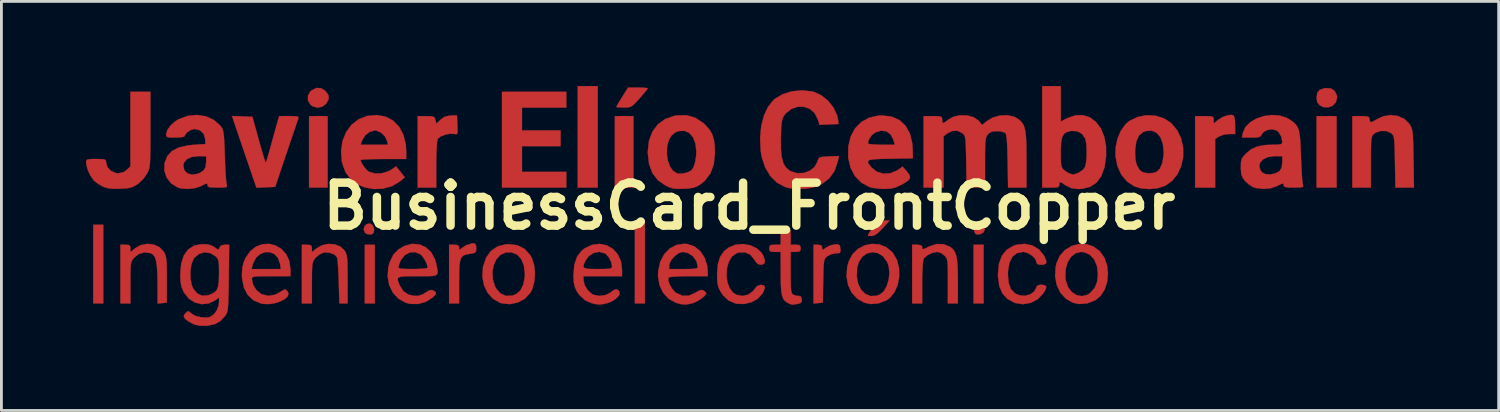
<source format=kicad_pcb>
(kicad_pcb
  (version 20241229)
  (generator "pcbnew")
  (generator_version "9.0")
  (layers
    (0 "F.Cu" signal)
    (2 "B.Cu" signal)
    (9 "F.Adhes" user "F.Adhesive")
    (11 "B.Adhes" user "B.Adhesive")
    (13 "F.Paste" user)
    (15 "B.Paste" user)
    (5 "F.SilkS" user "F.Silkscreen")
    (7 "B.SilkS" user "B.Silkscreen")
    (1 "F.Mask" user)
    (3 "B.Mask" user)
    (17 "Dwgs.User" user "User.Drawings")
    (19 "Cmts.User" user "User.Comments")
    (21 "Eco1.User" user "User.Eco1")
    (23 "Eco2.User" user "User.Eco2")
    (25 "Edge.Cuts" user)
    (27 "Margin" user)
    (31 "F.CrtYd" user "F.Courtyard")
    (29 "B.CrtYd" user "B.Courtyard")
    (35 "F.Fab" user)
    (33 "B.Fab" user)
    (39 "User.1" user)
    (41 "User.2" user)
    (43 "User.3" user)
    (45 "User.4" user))
  (footprint "BusinessCard_FrontCopper"
    (layer "F.Cu")
    (at 23.529 4.264)
    (property "Reference" "BusinessCard_FrontCopper" (at 0 0 0) (layer "F.SilkS") (effects (font (size 1.524 1.524) (thickness 0.3))))
    (attr through_hole)
    (fp_poly (pts (xy -22.916 3.448) (xy -23.271 3.448) (xy -23.271 0.659) (xy -22.916 0.659) (xy -22.916 3.448)) (stroke (width 0.01) (type solid)) (fill yes) (layer "F.Cu"))
    (fp_poly (pts (xy -14.956 -0.659) (xy -15.615 -0.659) (xy -15.615 -3.194) (xy -14.956 -3.194) (xy -14.956 -0.659)) (stroke (width 0.01) (type solid)) (fill yes) (layer "F.Cu"))
    (fp_poly (pts (xy -13.283 3.448) (xy -13.638 3.448) (xy -13.638 1.369) (xy -13.283 1.369) (xy -13.283 3.448)) (stroke (width 0.01) (type solid)) (fill yes) (layer "F.Cu"))
    (fp_poly (pts (xy -5.374 -0.659) (xy -6.084 -0.659) (xy -6.084 -4.259) (xy -5.374 -4.259) (xy -5.374 -0.659)) (stroke (width 0.01) (type solid)) (fill yes) (layer "F.Cu"))
    (fp_poly (pts (xy -4.107 -0.659) (xy -4.766 -0.659) (xy -4.766 -3.194) (xy -4.107 -3.194) (xy -4.107 -0.659)) (stroke (width 0.01) (type solid)) (fill yes) (layer "F.Cu"))
    (fp_poly (pts (xy -3.701 3.448) (xy -4.056 3.448) (xy -4.056 0.507) (xy -3.701 0.507) (xy -3.701 3.448)) (stroke (width 0.01) (type solid)) (fill yes) (layer "F.Cu"))
    (fp_poly (pts (xy 8.315 3.448) (xy 7.96 3.448) (xy 7.96 1.369) (xy 8.315 1.369) (xy 8.315 3.448)) (stroke (width 0.01) (type solid)) (fill yes) (layer "F.Cu"))
    (fp_poly (pts (xy 20.837 -0.659) (xy 20.127 -0.659) (xy 20.127 -3.194) (xy 20.837 -3.194) (xy 20.837 -0.659)) (stroke (width 0.01) (type solid)) (fill yes) (layer "F.Cu"))
    (fp_poly (pts (xy -13.364 0.67) (xy -13.312 0.793) (xy -13.308 0.842) (xy -13.326 0.952) (xy -13.397 0.997) (xy -13.439 1.004) (xy -13.562 0.988) (xy -13.634 0.943) (xy -13.681 0.819) (xy -13.638 0.697) (xy -13.575 0.639) (xy -13.459 0.613) (xy -13.364 0.67)) (stroke (width 0.01) (type solid)) (fill yes) (layer "F.Cu"))
    (fp_poly (pts (xy -6.489 -3.498) (xy -8.061 -3.498) (xy -8.061 -2.687) (xy -6.692 -2.687) (xy -6.692 -2.129) (xy -8.061 -2.129) (xy -8.061 -1.217) (xy -6.489 -1.217) (xy -6.489 -0.659) (xy -8.771 -0.659) (xy -8.771 -4.056) (xy -6.489 -4.056) (xy -6.489 -3.498)) (stroke (width 0.01) (type solid)) (fill yes) (layer "F.Cu"))
    (fp_poly (pts (xy 8.264 0.648) (xy 8.334 0.722) (xy 8.359 0.839) (xy 8.3 0.94) (xy 8.174 1) (xy 8.146 1.004) (xy 8.041 0.996) (xy 7.989 0.917) (xy 7.981 0.89) (xy 7.983 0.75) (xy 8.05 0.654) (xy 8.153 0.616) (xy 8.264 0.648)) (stroke (width 0.01) (type solid)) (fill yes) (layer "F.Cu"))
    (fp_poly (pts (xy 4.735 0.78) (xy 4.571 0.945) (xy 4.442 1.034) (xy 4.347 1.059) (xy 4.246 1.055) (xy 4.208 1.039) (xy 4.234 0.986) (xy 4.3 0.875) (xy 4.373 0.761) (xy 4.471 0.619) (xy 4.548 0.544) (xy 4.637 0.514) (xy 4.761 0.508) (xy 4.984 0.507) (xy 4.735 0.78)) (stroke (width 0.01) (type solid)) (fill yes) (layer "F.Cu"))
    (fp_poly (pts (xy -15.183 -4.185) (xy -15.03 -4.084) (xy -14.927 -3.938) (xy -14.92 -3.793) (xy -15.01 -3.632) (xy -15.01 -3.632) (xy -15.152 -3.526) (xy -15.325 -3.496) (xy -15.494 -3.546) (xy -15.564 -3.6) (xy -15.654 -3.751) (xy -15.655 -3.918) (xy -15.57 -4.069) (xy -15.532 -4.103) (xy -15.354 -4.194) (xy -15.183 -4.185)) (stroke (width 0.01) (type solid)) (fill yes) (layer "F.Cu"))
    (fp_poly (pts (xy 20.629 -4.178) (xy 20.771 -4.088) (xy 20.846 -3.933) (xy 20.854 -3.853) (xy 20.811 -3.684) (xy 20.699 -3.564) (xy 20.543 -3.504) (xy 20.368 -3.515) (xy 20.24 -3.577) (xy 20.156 -3.674) (xy 20.128 -3.824) (xy 20.127 -3.85) (xy 20.152 -4.019) (xy 20.236 -4.124) (xy 20.398 -4.182) (xy 20.441 -4.19) (xy 20.629 -4.178)) (stroke (width 0.01) (type solid)) (fill yes) (layer "F.Cu"))
    (fp_poly (pts (xy -3.775 -4.204) (xy -3.65 -4.194) (xy -3.6 -4.18) (xy -3.6 -4.179) (xy -3.631 -4.131) (xy -3.715 -4.027) (xy -3.837 -3.886) (xy -3.891 -3.824) (xy -4.034 -3.667) (xy -4.135 -3.571) (xy -4.221 -3.521) (xy -4.316 -3.501) (xy -4.446 -3.498) (xy -4.449 -3.498) (xy -4.598 -3.502) (xy -4.694 -3.512) (xy -4.715 -3.521) (xy -4.69 -3.571) (xy -4.624 -3.685) (xy -4.529 -3.839) (xy -4.507 -3.876) (xy -4.298 -4.208) (xy -3.949 -4.208) (xy -3.775 -4.204)) (stroke (width 0.01) (type solid)) (fill yes) (layer "F.Cu"))
    (fp_poly (pts (xy 17.184 -3.221) (xy 17.212 -3.157) (xy 17.231 -3.022) (xy 17.238 -2.874) (xy 17.238 -2.56) (xy 17.02 -2.56) (xy 16.838 -2.538) (xy 16.682 -2.48) (xy 16.665 -2.47) (xy 16.528 -2.38) (xy 16.528 -0.659) (xy 15.818 -0.659) (xy 15.818 -3.194) (xy 16.148 -3.194) (xy 16.325 -3.192) (xy 16.423 -3.18) (xy 16.466 -3.148) (xy 16.477 -3.087) (xy 16.477 -3.063) (xy 16.477 -2.932) (xy 16.631 -3.061) (xy 16.776 -3.153) (xy 16.943 -3.217) (xy 17.094 -3.24) (xy 17.184 -3.221)) (stroke (width 0.01) (type solid)) (fill yes) (layer "F.Cu"))
    (fp_poly (pts (xy -9.713 1.34) (xy -9.686 1.424) (xy -9.683 1.489) (xy -9.691 1.599) (xy -9.734 1.653) (xy -9.84 1.68) (xy -9.89 1.687) (xy -10.032 1.711) (xy -10.136 1.749) (xy -10.208 1.816) (xy -10.253 1.925) (xy -10.279 2.091) (xy -10.289 2.33) (xy -10.292 2.654) (xy -10.292 2.67) (xy -10.292 3.448) (xy -10.647 3.448) (xy -10.647 1.369) (xy -10.469 1.369) (xy -10.347 1.38) (xy -10.298 1.424) (xy -10.292 1.474) (xy -10.285 1.546) (xy -10.248 1.533) (xy -10.208 1.495) (xy -10.044 1.385) (xy -9.846 1.323) (xy -9.782 1.318) (xy -9.713 1.34)) (stroke (width 0.01) (type solid)) (fill yes) (layer "F.Cu"))
    (fp_poly (pts (xy -10.353 -2.876) (xy -10.346 -2.694) (xy -10.352 -2.594) (xy -10.376 -2.554) (xy -10.425 -2.554) (xy -10.46 -2.563) (xy -10.609 -2.57) (xy -10.782 -2.537) (xy -10.939 -2.476) (xy -11.042 -2.399) (xy -11.051 -2.384) (xy -11.069 -2.301) (xy -11.085 -2.136) (xy -11.096 -1.907) (xy -11.102 -1.633) (xy -11.103 -1.474) (xy -11.103 -0.659) (xy -11.762 -0.659) (xy -11.762 -3.194) (xy -11.463 -3.194) (xy -11.295 -3.191) (xy -11.201 -3.173) (xy -11.155 -3.131) (xy -11.131 -3.06) (xy -11.098 -2.927) (xy -10.95 -3.069) (xy -10.803 -3.174) (xy -10.631 -3.213) (xy -10.585 -3.215) (xy -10.368 -3.219) (xy -10.353 -2.876)) (stroke (width 0.01) (type solid)) (fill yes) (layer "F.Cu"))
    (fp_poly (pts (xy 3.165 1.356) (xy 3.217 1.402) (xy 3.235 1.508) (xy 3.238 1.619) (xy 3.198 1.664) (xy 3.087 1.673) (xy 3.077 1.673) (xy 2.904 1.707) (xy 2.771 1.777) (xy 2.721 1.82) (xy 2.685 1.867) (xy 2.66 1.936) (xy 2.645 2.043) (xy 2.635 2.206) (xy 2.629 2.441) (xy 2.625 2.652) (xy 2.611 3.422) (xy 2.446 3.438) (xy 2.281 3.454) (xy 2.281 1.369) (xy 2.434 1.369) (xy 2.545 1.385) (xy 2.584 1.444) (xy 2.586 1.472) (xy 2.59 1.537) (xy 2.62 1.544) (xy 2.699 1.49) (xy 2.731 1.467) (xy 2.884 1.389) (xy 3.048 1.352) (xy 3.048 1.352) (xy 3.165 1.356)) (stroke (width 0.01) (type solid)) (fill yes) (layer "F.Cu"))
    (fp_poly (pts (xy -17.986 -3.184) (xy -17.624 -3.169) (xy -17.397 -2.345) (xy -17.321 -2.075) (xy -17.254 -1.845) (xy -17.199 -1.669) (xy -17.163 -1.564) (xy -17.15 -1.541) (xy -17.13 -1.594) (xy -17.089 -1.726) (xy -17.035 -1.914) (xy -16.979 -2.111) (xy -16.909 -2.366) (xy -16.84 -2.616) (xy -16.781 -2.825) (xy -16.752 -2.928) (xy -16.677 -3.194) (xy -16.318 -3.194) (xy -16.132 -3.192) (xy -16.028 -3.181) (xy -15.988 -3.156) (xy -15.993 -3.113) (xy -15.996 -3.105) (xy -16.022 -3.034) (xy -16.075 -2.881) (xy -16.15 -2.66) (xy -16.243 -2.387) (xy -16.348 -2.075) (xy -16.424 -1.85) (xy -16.815 -0.684) (xy -17.147 -0.67) (xy -17.48 -0.655) (xy -17.565 -0.898) (xy -17.607 -1.019) (xy -17.675 -1.218) (xy -17.763 -1.476) (xy -17.865 -1.774) (xy -17.974 -2.093) (xy -18 -2.17) (xy -18.349 -3.198) (xy -17.986 -3.184)) (stroke (width 0.01) (type solid)) (fill yes) (layer "F.Cu"))
    (fp_poly (pts (xy -21.126 1.361) (xy -20.921 1.454) (xy -20.769 1.613) (xy -20.764 1.622) (xy -20.725 1.7) (xy -20.696 1.786) (xy -20.678 1.9) (xy -20.667 2.061) (xy -20.662 2.285) (xy -20.66 2.591) (xy -20.66 2.611) (xy -20.66 3.422) (xy -20.824 3.438) (xy -20.989 3.454) (xy -20.99 2.779) (xy -20.995 2.413) (xy -21.012 2.135) (xy -21.043 1.933) (xy -21.091 1.795) (xy -21.16 1.709) (xy -21.233 1.667) (xy -21.446 1.637) (xy -21.655 1.696) (xy -21.823 1.831) (xy -21.874 1.895) (xy -21.909 1.96) (xy -21.932 2.044) (xy -21.945 2.166) (xy -21.951 2.345) (xy -21.952 2.599) (xy -21.952 2.716) (xy -21.952 3.448) (xy -22.307 3.448) (xy -22.307 1.369) (xy -22.13 1.369) (xy -22.01 1.378) (xy -21.961 1.421) (xy -21.952 1.5) (xy -21.952 1.631) (xy -21.802 1.505) (xy -21.592 1.383) (xy -21.358 1.337) (xy -21.126 1.361)) (stroke (width 0.01) (type solid)) (fill yes) (layer "F.Cu"))
    (fp_poly (pts (xy 6.903 1.348) (xy 7.129 1.444) (xy 7.225 1.523) (xy 7.296 1.624) (xy 7.346 1.765) (xy 7.378 1.958) (xy 7.395 2.22) (xy 7.402 2.564) (xy 7.402 2.66) (xy 7.402 3.448) (xy 7.047 3.448) (xy 7.047 2.659) (xy 7.047 2.36) (xy 7.043 2.145) (xy 7.035 1.997) (xy 7.019 1.898) (xy 6.993 1.832) (xy 6.955 1.78) (xy 6.923 1.747) (xy 6.799 1.66) (xy 6.671 1.622) (xy 6.667 1.622) (xy 6.495 1.655) (xy 6.326 1.737) (xy 6.204 1.846) (xy 6.187 1.873) (xy 6.168 1.958) (xy 6.152 2.123) (xy 6.141 2.349) (xy 6.135 2.614) (xy 6.135 2.709) (xy 6.135 3.448) (xy 5.78 3.448) (xy 5.78 1.369) (xy 5.957 1.369) (xy 6.081 1.381) (xy 6.13 1.427) (xy 6.135 1.463) (xy 6.142 1.514) (xy 6.178 1.524) (xy 6.264 1.49) (xy 6.375 1.434) (xy 6.646 1.343) (xy 6.903 1.348)) (stroke (width 0.01) (type solid)) (fill yes) (layer "F.Cu"))
    (fp_poly (pts (xy -14.702 1.354) (xy -14.501 1.434) (xy -14.352 1.576) (xy -14.346 1.587) (xy -14.309 1.658) (xy -14.282 1.741) (xy -14.264 1.855) (xy -14.253 2.015) (xy -14.248 2.24) (xy -14.247 2.547) (xy -14.246 2.598) (xy -14.246 3.448) (xy -14.54 3.448) (xy -14.562 2.674) (xy -14.572 2.399) (xy -14.585 2.155) (xy -14.6 1.964) (xy -14.615 1.843) (xy -14.622 1.817) (xy -14.713 1.721) (xy -14.864 1.657) (xy -15.036 1.638) (xy -15.103 1.647) (xy -15.24 1.709) (xy -15.371 1.816) (xy -15.386 1.833) (xy -15.436 1.897) (xy -15.471 1.962) (xy -15.493 2.046) (xy -15.506 2.17) (xy -15.512 2.35) (xy -15.514 2.607) (xy -15.514 2.716) (xy -15.514 3.448) (xy -15.869 3.448) (xy -15.869 1.369) (xy -15.691 1.369) (xy -15.571 1.378) (xy -15.522 1.421) (xy -15.514 1.5) (xy -15.514 1.631) (xy -15.365 1.506) (xy -15.161 1.388) (xy -14.932 1.338) (xy -14.702 1.354)) (stroke (width 0.01) (type solid)) (fill yes) (layer "F.Cu"))
    (fp_poly (pts (xy 11.957 1.347) (xy 12.212 1.431) (xy 12.438 1.598) (xy 12.599 1.827) (xy 12.695 2.099) (xy 12.727 2.392) (xy 12.699 2.685) (xy 12.61 2.956) (xy 12.465 3.182) (xy 12.279 3.335) (xy 11.986 3.449) (xy 11.694 3.471) (xy 11.483 3.424) (xy 11.232 3.282) (xy 11.038 3.068) (xy 10.909 2.798) (xy 10.857 2.516) (xy 11.215 2.516) (xy 11.229 2.631) (xy 11.306 2.864) (xy 11.439 3.042) (xy 11.61 3.154) (xy 11.8 3.192) (xy 11.993 3.147) (xy 12.086 3.088) (xy 12.252 2.907) (xy 12.345 2.674) (xy 12.37 2.408) (xy 12.336 2.122) (xy 12.237 1.889) (xy 12.084 1.722) (xy 11.885 1.633) (xy 11.776 1.622) (xy 11.579 1.669) (xy 11.416 1.798) (xy 11.295 1.992) (xy 11.225 2.237) (xy 11.215 2.516) (xy 10.857 2.516) (xy 10.851 2.488) (xy 10.871 2.154) (xy 10.902 2.017) (xy 11.021 1.755) (xy 11.205 1.552) (xy 11.435 1.413) (xy 11.692 1.343) (xy 11.957 1.347)) (stroke (width 0.01) (type solid)) (fill yes) (layer "F.Cu"))
    (fp_poly (pts (xy 4.612 1.357) (xy 4.86 1.454) (xy 5.074 1.632) (xy 5.109 1.674) (xy 5.245 1.92) (xy 5.314 2.203) (xy 5.321 2.5) (xy 5.268 2.788) (xy 5.158 3.046) (xy 4.994 3.25) (xy 4.877 3.335) (xy 4.589 3.448) (xy 4.301 3.472) (xy 4.088 3.426) (xy 3.831 3.281) (xy 3.635 3.067) (xy 3.507 2.798) (xy 3.452 2.494) (xy 3.814 2.494) (xy 3.865 2.755) (xy 3.97 2.966) (xy 4.119 3.113) (xy 4.305 3.188) (xy 4.517 3.178) (xy 4.63 3.138) (xy 4.77 3.023) (xy 4.878 2.838) (xy 4.948 2.609) (xy 4.973 2.363) (xy 4.948 2.129) (xy 4.893 1.979) (xy 4.746 1.78) (xy 4.566 1.665) (xy 4.372 1.631) (xy 4.183 1.674) (xy 4.016 1.79) (xy 3.889 1.976) (xy 3.827 2.192) (xy 3.814 2.494) (xy 3.452 2.494) (xy 3.452 2.49) (xy 3.475 2.16) (xy 3.528 1.962) (xy 3.662 1.707) (xy 3.856 1.516) (xy 4.091 1.391) (xy 4.35 1.337) (xy 4.612 1.357)) (stroke (width 0.01) (type solid)) (fill yes) (layer "F.Cu"))
    (fp_poly (pts (xy -21.243 -2.723) (xy -21.243 -2.319) (xy -21.245 -2.004) (xy -21.249 -1.762) (xy -21.256 -1.582) (xy -21.268 -1.449) (xy -21.285 -1.351) (xy -21.308 -1.273) (xy -21.338 -1.202) (xy -21.357 -1.165) (xy -21.49 -0.972) (xy -21.668 -0.803) (xy -21.691 -0.787) (xy -21.816 -0.708) (xy -21.933 -0.66) (xy -22.078 -0.634) (xy -22.285 -0.621) (xy -22.324 -0.62) (xy -22.569 -0.618) (xy -22.748 -0.637) (xy -22.893 -0.68) (xy -22.941 -0.702) (xy -23.098 -0.792) (xy -23.232 -0.896) (xy -23.256 -0.919) (xy -23.375 -1.089) (xy -23.47 -1.295) (xy -23.521 -1.492) (xy -23.524 -1.545) (xy -23.519 -1.612) (xy -23.489 -1.65) (xy -23.413 -1.668) (xy -23.267 -1.673) (xy -23.169 -1.673) (xy -22.984 -1.671) (xy -22.878 -1.66) (xy -22.829 -1.633) (xy -22.815 -1.58) (xy -22.814 -1.544) (xy -22.768 -1.386) (xy -22.648 -1.257) (xy -22.482 -1.178) (xy -22.383 -1.166) (xy -22.19 -1.207) (xy -22.077 -1.291) (xy -21.952 -1.415) (xy -21.952 -4.056) (xy -21.243 -4.056) (xy -21.243 -2.723)) (stroke (width 0.01) (type solid)) (fill yes) (layer "F.Cu"))
    (fp_poly (pts (xy -8.213 1.389) (xy -7.965 1.519) (xy -7.771 1.734) (xy -7.707 1.849) (xy -7.627 2.104) (xy -7.6 2.399) (xy -7.627 2.697) (xy -7.704 2.961) (xy -7.765 3.076) (xy -7.958 3.28) (xy -8.206 3.416) (xy -8.485 3.475) (xy -8.769 3.449) (xy -8.847 3.425) (xy -9.091 3.285) (xy -9.281 3.073) (xy -9.409 2.805) (xy -9.467 2.499) (xy -9.457 2.336) (xy -9.11 2.336) (xy -9.097 2.592) (xy -9.02 2.84) (xy -8.972 2.931) (xy -8.817 3.101) (xy -8.621 3.183) (xy -8.402 3.172) (xy -8.268 3.12) (xy -8.114 2.985) (xy -8.01 2.772) (xy -7.962 2.495) (xy -7.96 2.408) (xy -7.992 2.111) (xy -8.086 1.878) (xy -8.233 1.718) (xy -8.428 1.639) (xy -8.636 1.643) (xy -8.823 1.725) (xy -8.967 1.882) (xy -9.065 2.092) (xy -9.11 2.336) (xy -9.457 2.336) (xy -9.446 2.172) (xy -9.441 2.143) (xy -9.334 1.827) (xy -9.163 1.589) (xy -8.931 1.43) (xy -8.64 1.354) (xy -8.512 1.347) (xy -8.213 1.389)) (stroke (width 0.01) (type solid)) (fill yes) (layer "F.Cu"))
    (fp_poly (pts (xy 1.47 1.369) (xy 1.648 1.369) (xy 1.768 1.378) (xy 1.817 1.421) (xy 1.825 1.496) (xy 1.812 1.581) (xy 1.752 1.616) (xy 1.648 1.622) (xy 1.47 1.622) (xy 1.47 2.356) (xy 1.471 2.644) (xy 1.475 2.847) (xy 1.485 2.981) (xy 1.502 3.064) (xy 1.529 3.112) (xy 1.568 3.141) (xy 1.572 3.144) (xy 1.693 3.182) (xy 1.762 3.183) (xy 1.836 3.206) (xy 1.866 3.301) (xy 1.861 3.397) (xy 1.799 3.446) (xy 1.72 3.466) (xy 1.588 3.49) (xy 1.508 3.491) (xy 1.431 3.463) (xy 1.37 3.433) (xy 1.279 3.375) (xy 1.212 3.295) (xy 1.166 3.179) (xy 1.137 3.012) (xy 1.122 2.777) (xy 1.116 2.46) (xy 1.116 2.37) (xy 1.115 1.622) (xy 0.913 1.622) (xy 0.782 1.615) (xy 0.724 1.583) (xy 0.71 1.507) (xy 0.71 1.496) (xy 0.721 1.414) (xy 0.773 1.378) (xy 0.895 1.369) (xy 0.913 1.369) (xy 1.115 1.369) (xy 1.115 0.862) (xy 1.47 0.862) (xy 1.47 1.369)) (stroke (width 0.01) (type solid)) (fill yes) (layer "F.Cu"))
    (fp_poly (pts (xy 23.013 -3.199) (xy 23.241 -3.096) (xy 23.416 -2.925) (xy 23.433 -2.899) (xy 23.473 -2.83) (xy 23.503 -2.757) (xy 23.524 -2.665) (xy 23.54 -2.538) (xy 23.55 -2.361) (xy 23.558 -2.118) (xy 23.564 -1.794) (xy 23.566 -1.686) (xy 23.582 -0.659) (xy 22.924 -0.659) (xy 22.907 -1.576) (xy 22.901 -1.902) (xy 22.894 -2.141) (xy 22.885 -2.31) (xy 22.87 -2.423) (xy 22.849 -2.497) (xy 22.819 -2.545) (xy 22.778 -2.584) (xy 22.764 -2.595) (xy 22.607 -2.665) (xy 22.415 -2.67) (xy 22.232 -2.612) (xy 22.151 -2.557) (xy 22.116 -2.517) (xy 22.091 -2.463) (xy 22.073 -2.377) (xy 22.062 -2.245) (xy 22.056 -2.052) (xy 22.054 -1.782) (xy 22.054 -1.564) (xy 22.054 -0.659) (xy 21.395 -0.659) (xy 21.395 -3.194) (xy 21.699 -3.194) (xy 21.87 -3.19) (xy 21.962 -3.173) (xy 21.999 -3.136) (xy 22.003 -3.101) (xy 22.019 -3.004) (xy 22.074 -2.982) (xy 22.183 -3.033) (xy 22.239 -3.069) (xy 22.489 -3.189) (xy 22.754 -3.231) (xy 23.013 -3.199)) (stroke (width 0.01) (type solid)) (fill yes) (layer "F.Cu"))
    (fp_poly (pts (xy 14.417 -3.209) (xy 14.719 -3.113) (xy 14.969 -2.948) (xy 15.182 -2.696) (xy 15.323 -2.4) (xy 15.393 -2.078) (xy 15.394 -1.749) (xy 15.328 -1.431) (xy 15.197 -1.141) (xy 15.002 -0.897) (xy 14.754 -0.722) (xy 14.497 -0.638) (xy 14.197 -0.607) (xy 13.898 -0.632) (xy 13.663 -0.703) (xy 13.402 -0.875) (xy 13.199 -1.12) (xy 13.06 -1.424) (xy 12.993 -1.773) (xy 12.995 -1.903) (xy 13.689 -1.903) (xy 13.701 -1.653) (xy 13.745 -1.469) (xy 13.83 -1.317) (xy 13.88 -1.255) (xy 13.99 -1.193) (xy 14.153 -1.167) (xy 14.329 -1.179) (xy 14.457 -1.221) (xy 14.572 -1.336) (xy 14.654 -1.532) (xy 14.698 -1.791) (xy 14.703 -1.927) (xy 14.672 -2.22) (xy 14.585 -2.448) (xy 14.451 -2.604) (xy 14.278 -2.679) (xy 14.073 -2.666) (xy 13.972 -2.629) (xy 13.829 -2.509) (xy 13.735 -2.304) (xy 13.692 -2.018) (xy 13.689 -1.903) (xy 12.995 -1.903) (xy 12.996 -2.066) (xy 13.06 -2.383) (xy 13.182 -2.672) (xy 13.35 -2.907) (xy 13.481 -3.021) (xy 13.774 -3.164) (xy 14.093 -3.227) (xy 14.417 -3.209)) (stroke (width 0.01) (type solid)) (fill yes) (layer "F.Cu"))
    (fp_poly (pts (xy 0.03 1.385) (xy 0.259 1.489) (xy 0.434 1.648) (xy 0.483 1.726) (xy 0.553 1.906) (xy 0.546 2.023) (xy 0.46 2.075) (xy 0.418 2.079) (xy 0.311 2.056) (xy 0.227 1.971) (xy 0.177 1.888) (xy 0.037 1.721) (xy -0.15 1.638) (xy -0.365 1.644) (xy -0.458 1.674) (xy -0.615 1.79) (xy -0.725 1.972) (xy -0.789 2.198) (xy -0.806 2.444) (xy -0.776 2.686) (xy -0.699 2.902) (xy -0.575 3.068) (xy -0.458 3.142) (xy -0.241 3.184) (xy -0.035 3.139) (xy 0.133 3.014) (xy 0.177 2.955) (xy 0.283 2.832) (xy 0.408 2.791) (xy 0.418 2.79) (xy 0.526 2.814) (xy 0.555 2.891) (xy 0.507 3.028) (xy 0.455 3.119) (xy 0.297 3.287) (xy 0.075 3.408) (xy -0.18 3.47) (xy -0.437 3.462) (xy -0.483 3.453) (xy -0.73 3.349) (xy -0.924 3.169) (xy -1.017 3.03) (xy -1.083 2.896) (xy -1.121 2.759) (xy -1.137 2.583) (xy -1.14 2.408) (xy -1.113 2.065) (xy -1.031 1.798) (xy -0.888 1.592) (xy -0.724 1.464) (xy -0.487 1.367) (xy -0.227 1.343) (xy 0.03 1.385)) (stroke (width 0.01) (type solid)) (fill yes) (layer "F.Cu"))
    (fp_poly (pts (xy 10.048 1.395) (xy 10.281 1.536) (xy 10.456 1.75) (xy 10.471 1.778) (xy 10.538 1.936) (xy 10.533 2.03) (xy 10.454 2.073) (xy 10.368 2.079) (xy 10.245 2.067) (xy 10.195 2.022) (xy 10.19 1.982) (xy 10.146 1.869) (xy 10.035 1.756) (xy 9.889 1.666) (xy 9.738 1.623) (xy 9.716 1.622) (xy 9.5 1.665) (xy 9.338 1.793) (xy 9.231 2.004) (xy 9.181 2.295) (xy 9.176 2.424) (xy 9.204 2.727) (xy 9.288 2.949) (xy 9.433 3.097) (xy 9.597 3.165) (xy 9.793 3.177) (xy 9.975 3.126) (xy 10.112 3.024) (xy 10.169 2.917) (xy 10.211 2.827) (xy 10.297 2.792) (xy 10.373 2.788) (xy 10.496 2.805) (xy 10.54 2.861) (xy 10.509 2.968) (xy 10.431 3.095) (xy 10.237 3.298) (xy 9.991 3.428) (xy 9.718 3.477) (xy 9.442 3.437) (xy 9.414 3.427) (xy 9.162 3.292) (xy 8.982 3.097) (xy 8.871 2.835) (xy 8.825 2.499) (xy 8.824 2.408) (xy 8.858 2.048) (xy 8.96 1.762) (xy 9.132 1.548) (xy 9.376 1.404) (xy 9.493 1.366) (xy 9.779 1.336) (xy 10.048 1.395)) (stroke (width 0.01) (type solid)) (fill yes) (layer "F.Cu"))
    (fp_poly (pts (xy -12.901 -3.176) (xy -12.635 -3.036) (xy -12.422 -2.82) (xy -12.269 -2.536) (xy -12.183 -2.189) (xy -12.168 -1.943) (xy -12.168 -1.673) (xy -12.979 -1.673) (xy -13.253 -1.671) (xy -13.487 -1.665) (xy -13.665 -1.655) (xy -13.769 -1.644) (xy -13.79 -1.635) (xy -13.759 -1.548) (xy -13.684 -1.426) (xy -13.592 -1.307) (xy -13.509 -1.23) (xy -13.501 -1.225) (xy -13.282 -1.16) (xy -13.034 -1.166) (xy -12.795 -1.24) (xy -12.709 -1.29) (xy -12.527 -1.414) (xy -12.372 -1.218) (xy -12.217 -1.023) (xy -12.398 -0.873) (xy -12.673 -0.709) (xy -12.992 -0.62) (xy -13.331 -0.607) (xy -13.663 -0.673) (xy -13.847 -0.75) (xy -14.124 -0.945) (xy -14.32 -1.199) (xy -14.438 -1.518) (xy -14.452 -1.584) (xy -14.479 -1.961) (xy -14.447 -2.18) (xy -13.785 -2.18) (xy -12.816 -2.18) (xy -12.849 -2.319) (xy -12.929 -2.483) (xy -13.068 -2.614) (xy -13.23 -2.683) (xy -13.279 -2.687) (xy -13.457 -2.641) (xy -13.617 -2.519) (xy -13.726 -2.347) (xy -13.732 -2.332) (xy -13.785 -2.18) (xy -14.447 -2.18) (xy -14.427 -2.312) (xy -14.302 -2.625) (xy -14.111 -2.885) (xy -13.861 -3.081) (xy -13.561 -3.199) (xy -13.555 -3.2) (xy -13.21 -3.233) (xy -12.901 -3.176)) (stroke (width 0.01) (type solid)) (fill yes) (layer "F.Cu"))
    (fp_poly (pts (xy -1.911 -3.135) (xy -1.625 -2.947) (xy -1.57 -2.896) (xy -1.413 -2.722) (xy -1.309 -2.544) (xy -1.248 -2.335) (xy -1.221 -2.067) (xy -1.217 -1.872) (xy -1.257 -1.487) (xy -1.376 -1.163) (xy -1.574 -0.902) (xy -1.715 -0.786) (xy -1.847 -0.704) (xy -1.975 -0.656) (xy -2.134 -0.63) (xy -2.324 -0.618) (xy -2.542 -0.614) (xy -2.7 -0.63) (xy -2.838 -0.671) (xy -2.973 -0.734) (xy -3.241 -0.921) (xy -3.434 -1.173) (xy -3.553 -1.493) (xy -3.595 -1.852) (xy -2.922 -1.852) (xy -2.888 -1.619) (xy -2.815 -1.412) (xy -2.705 -1.253) (xy -2.558 -1.163) (xy -2.521 -1.155) (xy -2.354 -1.158) (xy -2.176 -1.204) (xy -2.049 -1.271) (xy -1.975 -1.383) (xy -1.917 -1.567) (xy -1.882 -1.795) (xy -1.876 -1.941) (xy -1.908 -2.225) (xy -1.996 -2.448) (xy -2.132 -2.601) (xy -2.306 -2.675) (xy -2.508 -2.663) (xy -2.632 -2.613) (xy -2.771 -2.492) (xy -2.865 -2.31) (xy -2.915 -2.09) (xy -2.922 -1.852) (xy -3.595 -1.852) (xy -3.599 -1.882) (xy -3.599 -1.933) (xy -3.558 -2.312) (xy -3.439 -2.636) (xy -3.246 -2.897) (xy -2.984 -3.089) (xy -2.66 -3.204) (xy -2.574 -3.22) (xy -2.227 -3.226) (xy -1.911 -3.135)) (stroke (width 0.01) (type solid)) (fill yes) (layer "F.Cu"))
    (fp_poly (pts (xy -16.799 1.396) (xy -16.593 1.519) (xy -16.426 1.704) (xy -16.315 1.946) (xy -16.274 2.241) (xy -16.274 2.484) (xy -16.959 2.484) (xy -17.233 2.485) (xy -17.423 2.489) (xy -17.542 2.498) (xy -17.608 2.515) (xy -17.637 2.543) (xy -17.643 2.583) (xy -17.643 2.591) (xy -17.599 2.791) (xy -17.482 2.978) (xy -17.319 3.112) (xy -17.303 3.12) (xy -17.064 3.18) (xy -16.82 3.142) (xy -16.624 3.038) (xy -16.518 2.97) (xy -16.453 2.959) (xy -16.393 3.003) (xy -16.385 3.011) (xy -16.34 3.107) (xy -16.38 3.207) (xy -16.486 3.301) (xy -16.642 3.382) (xy -16.83 3.443) (xy -17.034 3.474) (xy -17.237 3.468) (xy -17.32 3.452) (xy -17.589 3.337) (xy -17.793 3.146) (xy -17.928 2.885) (xy -17.992 2.558) (xy -17.997 2.431) (xy -17.986 2.231) (xy -17.654 2.231) (xy -16.616 2.231) (xy -16.646 2.041) (xy -16.718 1.835) (xy -16.843 1.7) (xy -17.003 1.632) (xy -17.177 1.632) (xy -17.348 1.699) (xy -17.496 1.831) (xy -17.601 2.028) (xy -17.62 2.091) (xy -17.654 2.231) (xy -17.986 2.231) (xy -17.984 2.188) (xy -17.934 1.988) (xy -17.868 1.837) (xy -17.701 1.594) (xy -17.495 1.433) (xy -17.265 1.349) (xy -17.028 1.337) (xy -16.799 1.396)) (stroke (width 0.01) (type solid)) (fill yes) (layer "F.Cu"))
    (fp_poly (pts (xy 11.052 -3.005) (xy 11.289 -3.125) (xy 11.575 -3.223) (xy 11.844 -3.228) (xy 12.088 -3.148) (xy 12.299 -2.99) (xy 12.47 -2.763) (xy 12.592 -2.474) (xy 12.658 -2.131) (xy 12.661 -1.776) (xy 12.604 -1.379) (xy 12.491 -1.066) (xy 12.32 -0.835) (xy 12.092 -0.685) (xy 11.803 -0.615) (xy 11.669 -0.608) (xy 11.442 -0.635) (xy 11.247 -0.727) (xy 11.235 -0.735) (xy 11.102 -0.822) (xy 11.033 -0.853) (xy 11.006 -0.831) (xy 11.002 -0.76) (xy 10.99 -0.704) (xy 10.942 -0.673) (xy 10.832 -0.661) (xy 10.697 -0.659) (xy 10.393 -0.659) (xy 10.393 -1.904) (xy 11.052 -1.904) (xy 11.054 -1.666) (xy 11.063 -1.507) (xy 11.082 -1.405) (xy 11.116 -1.336) (xy 11.166 -1.281) (xy 11.283 -1.196) (xy 11.382 -1.152) (xy 11.471 -1.129) (xy 11.498 -1.121) (xy 11.549 -1.135) (xy 11.657 -1.176) (xy 11.688 -1.189) (xy 11.844 -1.293) (xy 11.918 -1.404) (xy 11.951 -1.553) (xy 11.968 -1.762) (xy 11.97 -1.993) (xy 11.957 -2.209) (xy 11.928 -2.37) (xy 11.921 -2.393) (xy 11.806 -2.564) (xy 11.632 -2.66) (xy 11.419 -2.67) (xy 11.27 -2.632) (xy 11.167 -2.564) (xy 11.102 -2.449) (xy 11.066 -2.272) (xy 11.053 -2.016) (xy 11.052 -1.904) (xy 10.393 -1.904) (xy 10.393 -4.259) (xy 11.052 -4.259) (xy 11.052 -3.005)) (stroke (width 0.01) (type solid)) (fill yes) (layer "F.Cu"))
    (fp_poly (pts (xy -5.055 1.388) (xy -4.836 1.515) (xy -4.663 1.708) (xy -4.55 1.959) (xy -4.512 2.241) (xy -4.512 2.484) (xy -5.881 2.484) (xy -5.881 2.618) (xy -5.839 2.799) (xy -5.73 2.978) (xy -5.583 3.113) (xy -5.525 3.144) (xy -5.322 3.183) (xy -5.107 3.156) (xy -4.925 3.069) (xy -4.895 3.044) (xy -4.776 2.957) (xy -4.685 2.955) (xy -4.612 3.018) (xy -4.596 3.107) (xy -4.656 3.212) (xy -4.775 3.318) (xy -4.934 3.405) (xy -5.047 3.443) (xy -5.211 3.48) (xy -5.332 3.49) (xy -5.463 3.472) (xy -5.571 3.447) (xy -5.828 3.337) (xy -6.038 3.138) (xy -6.121 3.012) (xy -6.187 2.87) (xy -6.222 2.709) (xy -6.235 2.493) (xy -6.235 2.437) (xy -6.209 2.142) (xy -5.883 2.142) (xy -5.842 2.194) (xy -5.733 2.221) (xy -5.542 2.23) (xy -5.374 2.231) (xy -5.143 2.229) (xy -4.996 2.223) (xy -4.913 2.208) (xy -4.876 2.179) (xy -4.867 2.135) (xy -4.867 2.127) (xy -4.9 1.974) (xy -4.982 1.815) (xy -5.087 1.695) (xy -5.118 1.675) (xy -5.317 1.62) (xy -5.516 1.656) (xy -5.693 1.773) (xy -5.805 1.927) (xy -5.866 2.056) (xy -5.883 2.142) (xy -6.209 2.142) (xy -6.204 2.078) (xy -6.107 1.793) (xy -5.941 1.576) (xy -5.835 1.493) (xy -5.57 1.369) (xy -5.305 1.337) (xy -5.055 1.388)) (stroke (width 0.01) (type solid)) (fill yes) (layer "F.Cu"))
    (fp_poly (pts (xy 5.051 -3.177) (xy 5.33 -3.053) (xy 5.548 -2.851) (xy 5.7 -2.577) (xy 5.783 -2.235) (xy 5.797 -2.043) (xy 5.805 -1.698) (xy 5.006 -1.684) (xy 4.684 -1.677) (xy 4.453 -1.666) (xy 4.304 -1.646) (xy 4.226 -1.613) (xy 4.211 -1.562) (xy 4.247 -1.489) (xy 4.326 -1.389) (xy 4.338 -1.374) (xy 4.526 -1.224) (xy 4.754 -1.155) (xy 5 -1.167) (xy 5.242 -1.264) (xy 5.304 -1.305) (xy 5.441 -1.405) (xy 5.594 -1.23) (xy 5.685 -1.107) (xy 5.706 -1.009) (xy 5.651 -0.919) (xy 5.512 -0.822) (xy 5.375 -0.748) (xy 5.181 -0.662) (xy 4.999 -0.621) (xy 4.774 -0.612) (xy 4.769 -0.612) (xy 4.566 -0.624) (xy 4.378 -0.649) (xy 4.271 -0.676) (xy 3.982 -0.832) (xy 3.754 -1.063) (xy 3.595 -1.358) (xy 3.514 -1.702) (xy 3.511 -1.727) (xy 3.515 -2.122) (xy 3.541 -2.228) (xy 4.208 -2.228) (xy 4.255 -2.207) (xy 4.383 -2.191) (xy 4.572 -2.181) (xy 4.686 -2.18) (xy 5.164 -2.18) (xy 5.118 -2.345) (xy 5.02 -2.54) (xy 4.869 -2.654) (xy 4.68 -2.68) (xy 4.469 -2.615) (xy 4.346 -2.514) (xy 4.248 -2.37) (xy 4.208 -2.231) (xy 4.208 -2.228) (xy 3.541 -2.228) (xy 3.598 -2.469) (xy 3.754 -2.76) (xy 3.976 -2.986) (xy 4.257 -3.14) (xy 4.592 -3.214) (xy 4.715 -3.219) (xy 5.051 -3.177)) (stroke (width 0.01) (type solid)) (fill yes) (layer "F.Cu"))
    (fp_poly (pts (xy -2.186 1.344) (xy -1.942 1.429) (xy -1.737 1.595) (xy -1.583 1.826) (xy -1.491 2.105) (xy -1.471 2.319) (xy -1.47 2.484) (xy -2.152 2.484) (xy -2.404 2.487) (xy -2.619 2.496) (xy -2.776 2.51) (xy -2.856 2.526) (xy -2.862 2.53) (xy -2.872 2.63) (xy -2.826 2.771) (xy -2.742 2.919) (xy -2.635 3.043) (xy -2.591 3.078) (xy -2.367 3.177) (xy -2.141 3.174) (xy -1.911 3.071) (xy -1.906 3.067) (xy -1.772 2.989) (xy -1.678 2.972) (xy -1.62 2.993) (xy -1.541 3.053) (xy -1.521 3.09) (xy -1.562 3.163) (xy -1.668 3.257) (xy -1.808 3.351) (xy -1.955 3.424) (xy -2.017 3.445) (xy -2.217 3.488) (xy -2.387 3.484) (xy -2.581 3.433) (xy -2.611 3.422) (xy -2.863 3.282) (xy -3.057 3.069) (xy -3.184 2.798) (xy -3.236 2.484) (xy -3.229 2.301) (xy -3.184 2.099) (xy -2.839 2.099) (xy -2.839 2.231) (xy -2.332 2.231) (xy -2.098 2.229) (xy -1.948 2.22) (xy -1.864 2.203) (xy -1.829 2.173) (xy -1.825 2.15) (xy -1.872 1.948) (xy -1.996 1.778) (xy -2.173 1.662) (xy -2.365 1.622) (xy -2.498 1.664) (xy -2.64 1.769) (xy -2.762 1.907) (xy -2.832 2.049) (xy -2.839 2.099) (xy -3.184 2.099) (xy -3.157 1.974) (xy -3.017 1.705) (xy -2.822 1.502) (xy -2.581 1.375) (xy -2.306 1.334) (xy -2.186 1.344)) (stroke (width 0.01) (type solid)) (fill yes) (layer "F.Cu"))
    (fp_poly (pts (xy 2.225 -4.071) (xy 2.293 -4.054) (xy 2.558 -3.933) (xy 2.798 -3.739) (xy 2.991 -3.495) (xy 3.117 -3.225) (xy 3.151 -3.067) (xy 3.169 -2.915) (xy 2.495 -2.885) (xy 2.426 -3.099) (xy 2.312 -3.311) (xy 2.142 -3.454) (xy 1.935 -3.526) (xy 1.712 -3.525) (xy 1.493 -3.448) (xy 1.299 -3.293) (xy 1.246 -3.228) (xy 1.201 -3.155) (xy 1.17 -3.065) (xy 1.148 -2.937) (xy 1.134 -2.752) (xy 1.125 -2.489) (xy 1.123 -2.436) (xy 1.123 -2.059) (xy 1.147 -1.769) (xy 1.201 -1.55) (xy 1.287 -1.391) (xy 1.41 -1.277) (xy 1.474 -1.24) (xy 1.7 -1.17) (xy 1.932 -1.178) (xy 2.145 -1.254) (xy 2.316 -1.39) (xy 2.42 -1.576) (xy 2.425 -1.594) (xy 2.45 -1.675) (xy 2.49 -1.722) (xy 2.57 -1.747) (xy 2.713 -1.759) (xy 2.825 -1.764) (xy 3.184 -1.779) (xy 3.137 -1.568) (xy 3.024 -1.244) (xy 2.84 -0.987) (xy 2.578 -0.787) (xy 2.434 -0.714) (xy 2.221 -0.651) (xy 1.952 -0.617) (xy 1.667 -0.614) (xy 1.408 -0.642) (xy 1.274 -0.678) (xy 0.984 -0.835) (xy 0.744 -1.074) (xy 0.561 -1.385) (xy 0.441 -1.757) (xy 0.406 -1.97) (xy 0.386 -2.419) (xy 0.426 -2.839) (xy 0.522 -3.214) (xy 0.671 -3.53) (xy 0.868 -3.772) (xy 0.9 -3.8) (xy 1.179 -3.969) (xy 1.511 -4.074) (xy 1.87 -4.11) (xy 2.225 -4.071)) (stroke (width 0.01) (type solid)) (fill yes) (layer "F.Cu"))
    (fp_poly (pts (xy -11.698 1.356) (xy -11.466 1.462) (xy -11.277 1.643) (xy -11.145 1.892) (xy -11.11 2.018) (xy -11.07 2.199) (xy -11.051 2.326) (xy -11.066 2.408) (xy -11.127 2.456) (xy -11.248 2.478) (xy -11.443 2.485) (xy -11.724 2.484) (xy -11.762 2.484) (xy -12.057 2.485) (xy -12.263 2.492) (xy -12.393 2.51) (xy -12.458 2.547) (xy -12.471 2.608) (xy -12.445 2.699) (xy -12.403 2.803) (xy -12.274 3.01) (xy -12.092 3.134) (xy -11.904 3.179) (xy -11.734 3.181) (xy -11.591 3.132) (xy -11.493 3.072) (xy -11.358 2.991) (xy -11.264 2.972) (xy -11.202 2.993) (xy -11.119 3.054) (xy -11.12 3.122) (xy -11.205 3.218) (xy -11.217 3.23) (xy -11.462 3.389) (xy -11.744 3.47) (xy -12.034 3.466) (xy -12.185 3.426) (xy -12.445 3.281) (xy -12.642 3.066) (xy -12.772 2.799) (xy -12.827 2.493) (xy -12.803 2.173) (xy -12.443 2.173) (xy -12.44 2.19) (xy -12.381 2.211) (xy -12.25 2.224) (xy -12.074 2.23) (xy -11.877 2.23) (xy -11.687 2.224) (xy -11.529 2.212) (xy -11.429 2.194) (xy -11.407 2.178) (xy -11.439 2.047) (xy -11.516 1.89) (xy -11.613 1.754) (xy -11.667 1.705) (xy -11.853 1.629) (xy -12.045 1.643) (xy -12.22 1.739) (xy -12.356 1.91) (xy -12.375 1.949) (xy -12.425 2.08) (xy -12.443 2.173) (xy -12.803 2.173) (xy -12.802 2.166) (xy -12.749 1.972) (xy -12.622 1.716) (xy -12.437 1.528) (xy -12.225 1.408) (xy -11.956 1.336) (xy -11.698 1.356)) (stroke (width 0.01) (type solid)) (fill yes) (layer "F.Cu"))
    (fp_poly (pts (xy 9.401 -3.173) (xy 9.547 -3.091) (xy 9.639 -3.009) (xy 9.71 -2.917) (xy 9.762 -2.801) (xy 9.797 -2.646) (xy 9.819 -2.438) (xy 9.831 -2.163) (xy 9.835 -1.806) (xy 9.836 -1.653) (xy 9.836 -0.659) (xy 9.183 -0.659) (xy 9.167 -1.595) (xy 9.158 -1.96) (xy 9.147 -2.234) (xy 9.131 -2.425) (xy 9.11 -2.543) (xy 9.085 -2.596) (xy 8.997 -2.636) (xy 8.852 -2.659) (xy 8.789 -2.662) (xy 8.623 -2.648) (xy 8.515 -2.596) (xy 8.462 -2.542) (xy 8.427 -2.489) (xy 8.401 -2.422) (xy 8.384 -2.323) (xy 8.373 -2.177) (xy 8.367 -1.968) (xy 8.365 -1.68) (xy 8.365 -1.541) (xy 8.365 -0.659) (xy 7.713 -0.659) (xy 7.697 -1.576) (xy 7.691 -1.902) (xy 7.684 -2.142) (xy 7.674 -2.311) (xy 7.66 -2.424) (xy 7.639 -2.498) (xy 7.61 -2.546) (xy 7.569 -2.584) (xy 7.561 -2.59) (xy 7.383 -2.675) (xy 7.191 -2.666) (xy 7.029 -2.582) (xy 6.895 -2.477) (xy 6.895 -0.659) (xy 6.185 -0.659) (xy 6.185 -3.194) (xy 6.515 -3.194) (xy 6.692 -3.192) (xy 6.791 -3.179) (xy 6.834 -3.148) (xy 6.844 -3.088) (xy 6.844 -3.067) (xy 6.853 -2.973) (xy 6.889 -2.95) (xy 6.971 -2.998) (xy 7.053 -3.064) (xy 7.247 -3.173) (xy 7.482 -3.224) (xy 7.727 -3.219) (xy 7.952 -3.159) (xy 8.127 -3.045) (xy 8.159 -3.01) (xy 8.262 -2.879) (xy 8.417 -3.01) (xy 8.638 -3.142) (xy 8.895 -3.215) (xy 9.16 -3.226) (xy 9.401 -3.173)) (stroke (width 0.01) (type solid)) (fill yes) (layer "F.Cu"))
    (fp_poly (pts (xy -19.277 -3.188) (xy -18.998 -3.063) (xy -18.771 -2.865) (xy -18.738 -2.823) (xy -18.699 -2.763) (xy -18.671 -2.69) (xy -18.649 -2.588) (xy -18.633 -2.441) (xy -18.62 -2.234) (xy -18.609 -1.95) (xy -18.603 -1.758) (xy -18.591 -1.457) (xy -18.577 -1.188) (xy -18.562 -0.967) (xy -18.547 -0.814) (xy -18.534 -0.748) (xy -18.523 -0.702) (xy -18.554 -0.675) (xy -18.646 -0.662) (xy -18.818 -0.659) (xy -18.854 -0.659) (xy -19.049 -0.663) (xy -19.161 -0.679) (xy -19.209 -0.71) (xy -19.215 -0.735) (xy -19.221 -0.791) (xy -19.255 -0.804) (xy -19.338 -0.771) (xy -19.455 -0.71) (xy -19.666 -0.638) (xy -19.919 -0.612) (xy -20.164 -0.632) (xy -20.279 -0.665) (xy -20.505 -0.806) (xy -20.665 -1.01) (xy -20.748 -1.255) (xy -20.744 -1.433) (xy -20.077 -1.433) (xy -20.036 -1.268) (xy -19.925 -1.161) (xy -19.763 -1.118) (xy -19.57 -1.148) (xy -19.472 -1.19) (xy -19.349 -1.276) (xy -19.286 -1.393) (xy -19.266 -1.572) (xy -19.265 -1.601) (xy -19.265 -1.774) (xy -19.537 -1.774) (xy -19.778 -1.745) (xy -19.955 -1.663) (xy -20.057 -1.536) (xy -20.077 -1.433) (xy -20.744 -1.433) (xy -20.742 -1.52) (xy -20.738 -1.539) (xy -20.644 -1.776) (xy -20.48 -1.955) (xy -20.24 -2.08) (xy -19.918 -2.155) (xy -19.722 -2.176) (xy -19.291 -2.205) (xy -19.3 -2.382) (xy -19.353 -2.565) (xy -19.481 -2.689) (xy -19.665 -2.738) (xy -19.677 -2.738) (xy -19.806 -2.706) (xy -19.93 -2.63) (xy -20.012 -2.535) (xy -20.026 -2.484) (xy -20.073 -2.458) (xy -20.196 -2.44) (xy -20.355 -2.434) (xy -20.533 -2.436) (xy -20.631 -2.449) (xy -20.675 -2.48) (xy -20.685 -2.539) (xy -20.685 -2.556) (xy -20.643 -2.7) (xy -20.53 -2.858) (xy -20.371 -3.004) (xy -20.235 -3.089) (xy -19.914 -3.204) (xy -19.589 -3.236) (xy -19.277 -3.188)) (stroke (width 0.01) (type solid)) (fill yes) (layer "F.Cu"))
    (fp_poly (pts (xy 18.812 -3.216) (xy 19.067 -3.135) (xy 19.173 -3.074) (xy 19.296 -2.986) (xy 19.388 -2.9) (xy 19.455 -2.801) (xy 19.502 -2.673) (xy 19.533 -2.499) (xy 19.553 -2.264) (xy 19.567 -1.951) (xy 19.574 -1.758) (xy 19.586 -1.458) (xy 19.6 -1.188) (xy 19.615 -0.967) (xy 19.63 -0.814) (xy 19.643 -0.748) (xy 19.653 -0.702) (xy 19.622 -0.675) (xy 19.529 -0.662) (xy 19.357 -0.659) (xy 19.322 -0.659) (xy 19.127 -0.663) (xy 19.015 -0.679) (xy 18.967 -0.71) (xy 18.961 -0.735) (xy 18.955 -0.791) (xy 18.921 -0.804) (xy 18.838 -0.771) (xy 18.721 -0.71) (xy 18.496 -0.634) (xy 18.232 -0.612) (xy 17.977 -0.643) (xy 17.869 -0.68) (xy 17.733 -0.764) (xy 17.598 -0.886) (xy 17.577 -0.91) (xy 17.497 -1.023) (xy 17.455 -1.142) (xy 17.441 -1.307) (xy 17.44 -1.379) (xy 17.441 -1.407) (xy 18.092 -1.407) (xy 18.147 -1.255) (xy 18.188 -1.203) (xy 18.305 -1.14) (xy 18.471 -1.125) (xy 18.647 -1.156) (xy 18.795 -1.23) (xy 18.811 -1.244) (xy 18.887 -1.364) (xy 18.911 -1.552) (xy 18.911 -1.554) (xy 18.911 -1.774) (xy 18.639 -1.774) (xy 18.409 -1.745) (xy 18.234 -1.665) (xy 18.125 -1.547) (xy 18.092 -1.407) (xy 17.441 -1.407) (xy 17.445 -1.556) (xy 17.471 -1.674) (xy 17.533 -1.772) (xy 17.632 -1.876) (xy 17.817 -2.025) (xy 18.033 -2.12) (xy 18.302 -2.169) (xy 18.568 -2.18) (xy 18.751 -2.183) (xy 18.855 -2.197) (xy 18.9 -2.227) (xy 18.911 -2.278) (xy 18.876 -2.463) (xy 18.788 -2.619) (xy 18.705 -2.689) (xy 18.55 -2.727) (xy 18.384 -2.704) (xy 18.246 -2.63) (xy 18.19 -2.558) (xy 18.15 -2.49) (xy 18.089 -2.453) (xy 17.98 -2.437) (xy 17.806 -2.434) (xy 17.478 -2.434) (xy 17.511 -2.596) (xy 17.6 -2.802) (xy 17.768 -2.974) (xy 17.992 -3.108) (xy 18.255 -3.196) (xy 18.534 -3.234) (xy 18.812 -3.216)) (stroke (width 0.01) (type solid)) (fill yes) (layer "F.Cu"))
    (fp_poly (pts (xy -19.178 1.362) (xy -19.021 1.422) (xy -18.971 1.455) (xy -18.871 1.525) (xy -18.823 1.536) (xy -18.8 1.489) (xy -18.794 1.468) (xy -18.739 1.392) (xy -18.615 1.369) (xy -18.608 1.369) (xy -18.448 1.369) (xy -18.464 2.557) (xy -18.469 2.936) (xy -18.475 3.228) (xy -18.483 3.446) (xy -18.495 3.603) (xy -18.51 3.713) (xy -18.531 3.79) (xy -18.558 3.846) (xy -18.584 3.884) (xy -18.757 4.072) (xy -18.953 4.183) (xy -19.203 4.236) (xy -19.245 4.24) (xy -19.475 4.242) (xy -19.658 4.204) (xy -19.747 4.167) (xy -19.89 4.089) (xy -20 4.008) (xy -20.02 3.987) (xy -20.062 3.912) (xy -20.033 3.84) (xy -19.999 3.801) (xy -19.931 3.734) (xy -19.878 3.734) (xy -19.797 3.803) (xy -19.794 3.806) (xy -19.646 3.891) (xy -19.445 3.942) (xy -19.234 3.949) (xy -19.14 3.934) (xy -19.008 3.855) (xy -18.896 3.708) (xy -18.824 3.527) (xy -18.809 3.408) (xy -18.809 3.242) (xy -18.949 3.343) (xy -19.18 3.454) (xy -19.427 3.477) (xy -19.668 3.416) (xy -19.882 3.277) (xy -20.049 3.067) (xy -20.065 3.037) (xy -20.134 2.874) (xy -20.171 2.702) (xy -20.183 2.478) (xy -20.184 2.417) (xy -20.176 2.321) (xy -19.826 2.321) (xy -19.82 2.578) (xy -19.774 2.808) (xy -19.721 2.93) (xy -19.576 3.101) (xy -19.404 3.177) (xy -19.197 3.16) (xy -19.09 3.122) (xy -18.97 3.059) (xy -18.89 2.974) (xy -18.841 2.847) (xy -18.816 2.661) (xy -18.809 2.394) (xy -18.809 2.37) (xy -18.811 2.142) (xy -18.821 1.992) (xy -18.844 1.895) (xy -18.884 1.828) (xy -18.926 1.784) (xy -19.116 1.666) (xy -19.322 1.637) (xy -19.52 1.694) (xy -19.685 1.834) (xy -19.722 1.887) (xy -19.793 2.077) (xy -19.826 2.321) (xy -20.176 2.321) (xy -20.152 2.045) (xy -20.059 1.75) (xy -19.905 1.535) (xy -19.691 1.4) (xy -19.419 1.347) (xy -19.387 1.346) (xy -19.178 1.362)) (stroke (width 0.01) (type solid)) (fill yes) (layer "F.Cu")))
  (gr_rect
    (start -3 -3)
    (end 50.116 11.511)
    (stroke (width 0.1) (type default))
    (fill no)
    (layer "Edge.Cuts")))
</source>
